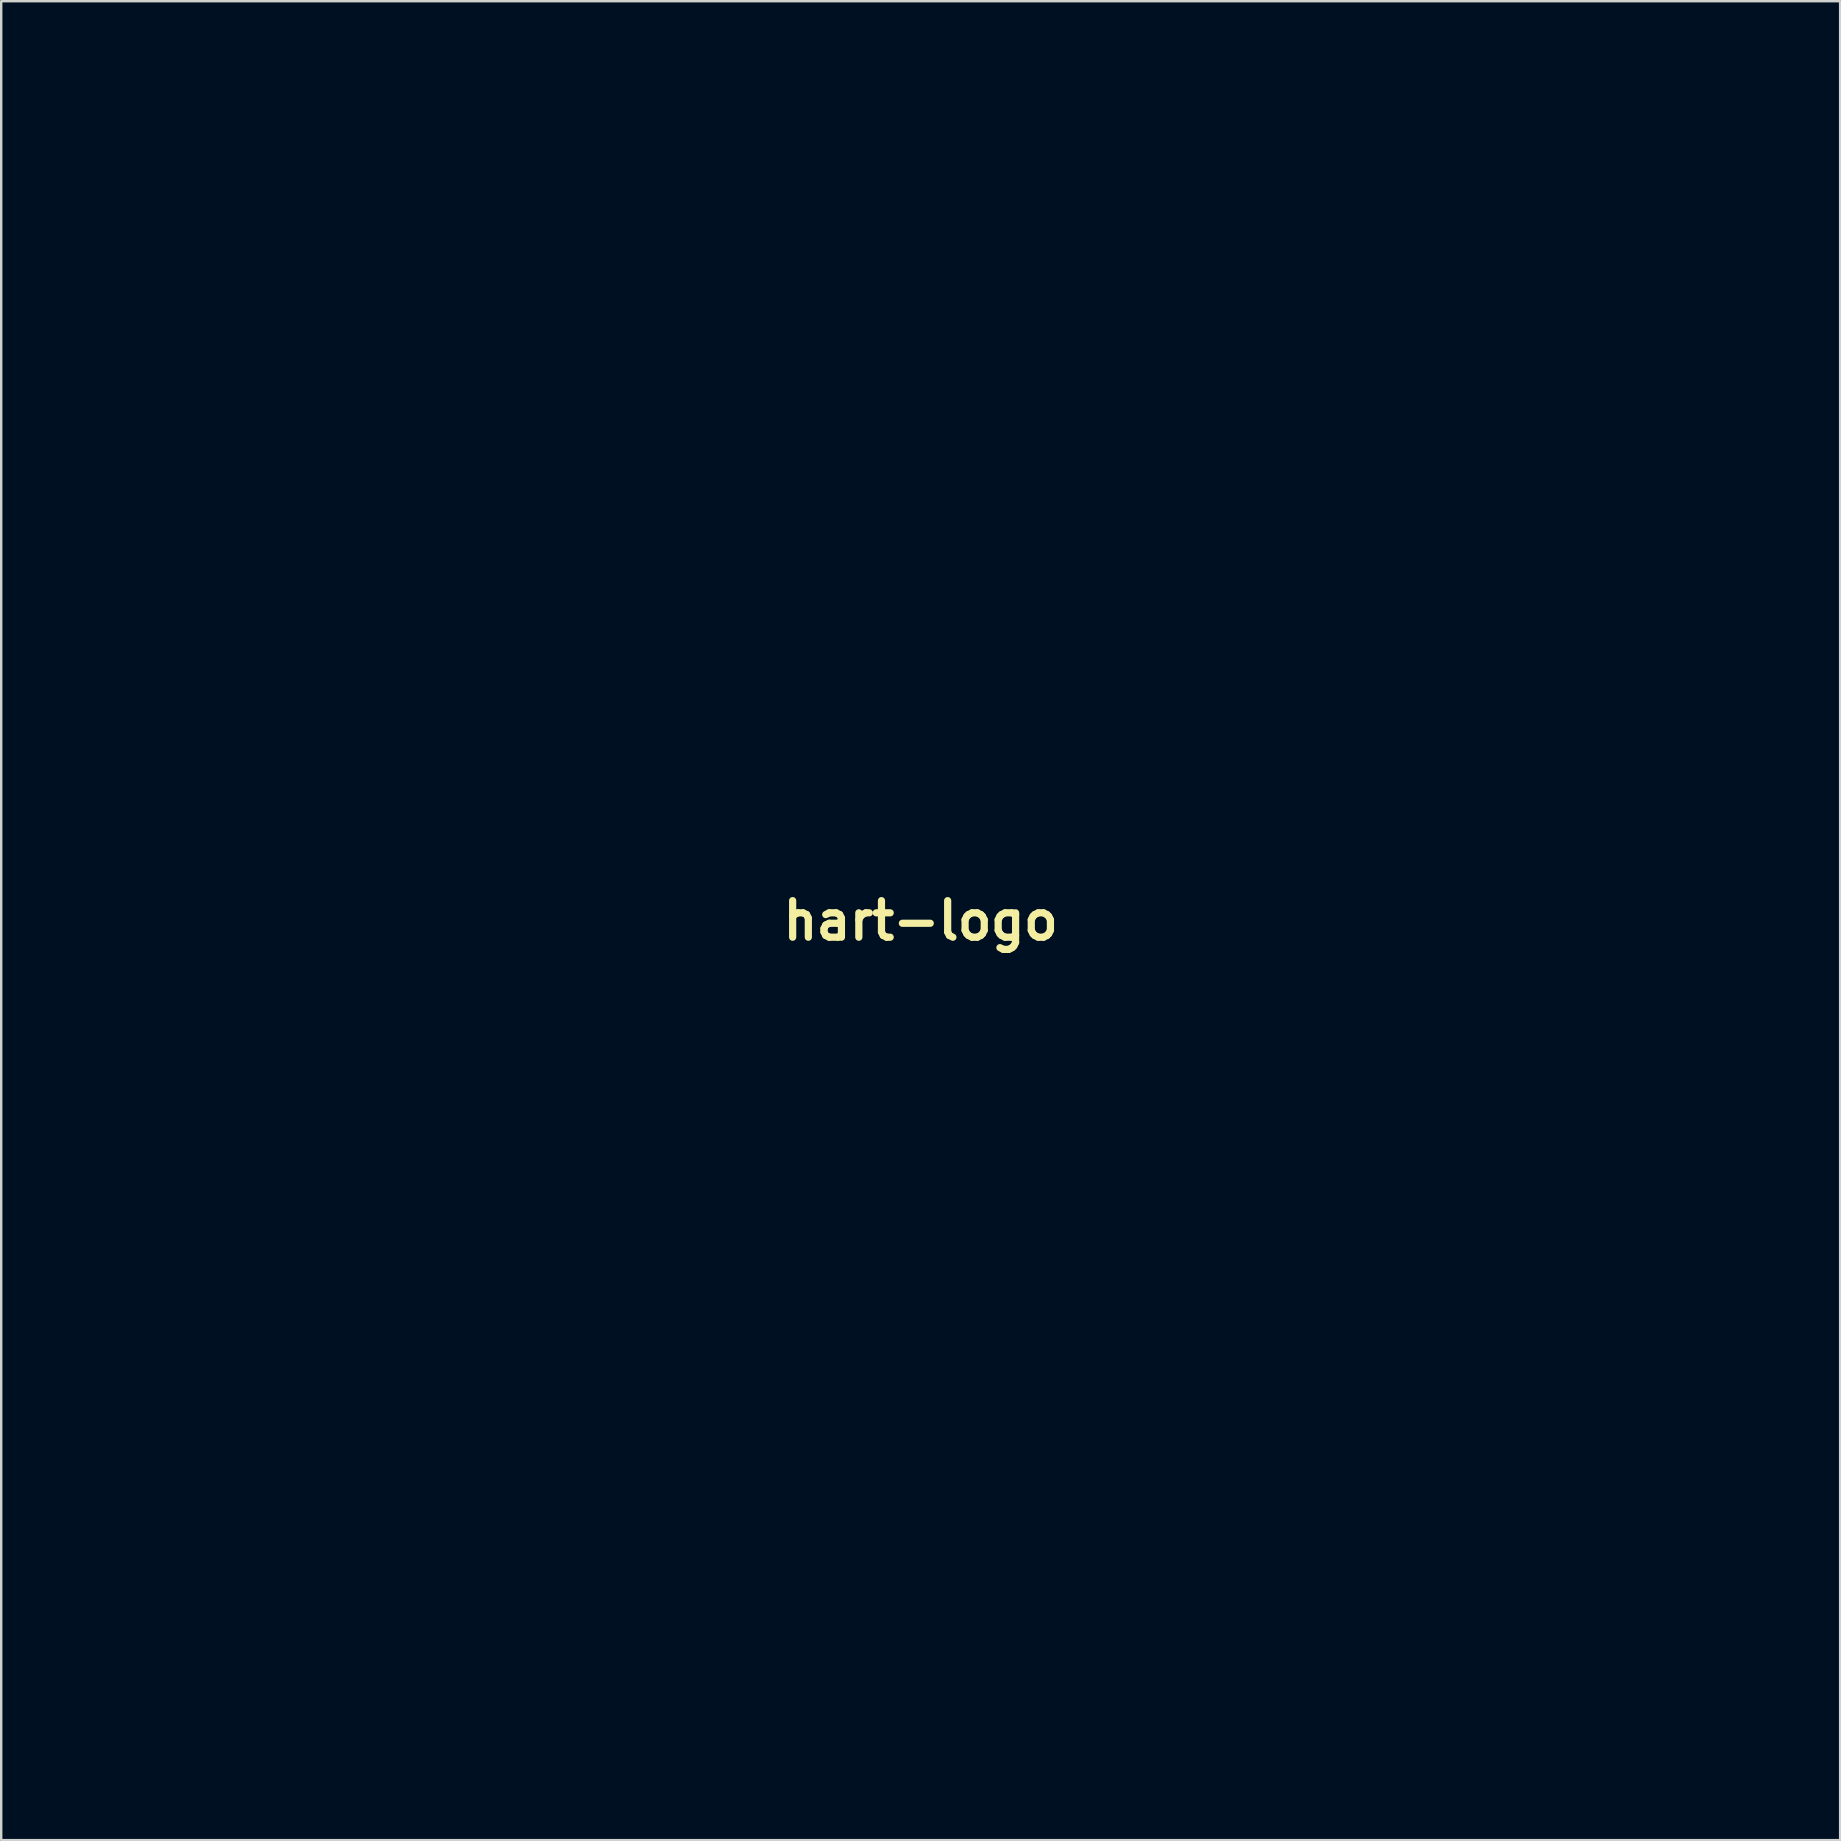
<source format=kicad_pcb>
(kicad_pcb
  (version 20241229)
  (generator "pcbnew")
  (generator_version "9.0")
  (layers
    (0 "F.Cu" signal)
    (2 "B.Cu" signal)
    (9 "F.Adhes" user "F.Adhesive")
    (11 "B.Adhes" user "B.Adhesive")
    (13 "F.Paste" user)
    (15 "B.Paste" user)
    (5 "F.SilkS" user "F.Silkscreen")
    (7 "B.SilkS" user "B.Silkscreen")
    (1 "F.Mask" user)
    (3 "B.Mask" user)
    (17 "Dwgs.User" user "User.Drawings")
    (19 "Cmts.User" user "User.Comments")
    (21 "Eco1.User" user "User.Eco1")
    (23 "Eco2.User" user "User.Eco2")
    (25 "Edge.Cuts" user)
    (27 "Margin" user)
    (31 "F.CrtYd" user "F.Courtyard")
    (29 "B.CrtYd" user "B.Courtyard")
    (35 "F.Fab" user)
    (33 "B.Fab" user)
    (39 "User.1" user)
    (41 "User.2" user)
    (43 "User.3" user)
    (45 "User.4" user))
  (footprint "hart-logo"
    (layer "F.Cu")
    (at 35.311 35.311)
    (property "Reference" "hart-logo" (at 0 0 0) (layer "F.SilkS") (effects (font (size 1.524 1.524) (thickness 0.3))))
    (attr through_hole)
    (fp_poly (pts (xy 35.306 35.306) (xy -35.306 35.306) (xy -35.306 -34.883) (xy -34.883 -34.883) (xy -34.883 34.883) (xy 34.883 34.883) (xy 34.883 -34.883) (xy -34.883 -34.883) (xy -35.306 -34.883) (xy -35.306 -35.306) (xy 35.306 -35.306) (xy 35.306 35.306)) (stroke (width 0.01) (type solid)) (fill no) (layer "Eco2.User"))
    (fp_poly (pts (xy -21.231 -29.763) (xy -21.026 -29.658) (xy -20.754 -29.507) (xy -20.673 -29.461) (xy -19.618 -28.921) (xy -18.422 -28.435) (xy -17.109 -28.009) (xy -15.7 -27.65) (xy -14.219 -27.365) (xy -13.25 -27.225) (xy -12.603 -27.15) (xy -11.907 -27.084) (xy -11.141 -27.025) (xy -10.285 -26.971) (xy -9.317 -26.922) (xy -8.216 -26.876) (xy -7.239 -26.84) (xy -5.541 -26.774) (xy -3.997 -26.695) (xy -2.594 -26.601) (xy -1.316 -26.488) (xy -0.151 -26.355) (xy 0.918 -26.199) (xy 1.903 -26.017) (xy 2.82 -25.807) (xy 3.682 -25.566) (xy 4.505 -25.292) (xy 5.301 -24.982) (xy 6.087 -24.634) (xy 6.562 -24.405) (xy 6.869 -24.244) (xy 7.224 -24.046) (xy 7.597 -23.828) (xy 7.959 -23.61) (xy 8.281 -23.407) (xy 8.533 -23.239) (xy 8.687 -23.124) (xy 8.721 -23.084) (xy 8.646 -23.094) (xy 8.442 -23.147) (xy 8.142 -23.235) (xy 7.833 -23.331) (xy 6.827 -23.63) (xy 5.811 -23.889) (xy 4.77 -24.11) (xy 3.693 -24.292) (xy 2.564 -24.438) (xy 1.372 -24.548) (xy 0.102 -24.622) (xy -1.259 -24.662) (xy -2.723 -24.668) (xy -4.306 -24.641) (xy -6.019 -24.583) (xy -7.876 -24.493) (xy -9.229 -24.415) (xy -10.173 -24.363) (xy -11.138 -24.323) (xy -12.103 -24.293) (xy -13.043 -24.275) (xy -13.936 -24.268) (xy -14.758 -24.273) (xy -15.488 -24.289) (xy -16.101 -24.317) (xy -16.574 -24.357) (xy -16.679 -24.37) (xy -17.257 -24.46) (xy -17.843 -24.566) (xy -18.399 -24.681) (xy -18.885 -24.795) (xy -19.264 -24.902) (xy -19.418 -24.956) (xy -19.635 -25.032) (xy -19.752 -25.033) (xy -19.819 -24.968) (xy -19.865 -24.801) (xy -19.889 -24.512) (xy -19.891 -24.148) (xy -19.873 -23.754) (xy -19.836 -23.378) (xy -19.781 -23.065) (xy -19.772 -23.029) (xy -19.52 -22.318) (xy -19.131 -21.56) (xy -18.623 -20.779) (xy -18.011 -20.002) (xy -17.439 -19.381) (xy -16.801 -18.735) (xy -17.466 -18.034) (xy -18.547 -16.795) (xy -19.462 -15.525) (xy -20.216 -14.22) (xy -20.811 -12.873) (xy -21.251 -11.479) (xy -21.537 -10.032) (xy -21.539 -10.019) (xy -21.591 -9.637) (xy -21.635 -9.275) (xy -21.673 -8.908) (xy -21.705 -8.51) (xy -21.736 -8.058) (xy -21.764 -7.525) (xy -21.794 -6.888) (xy -21.826 -6.119) (xy -21.845 -5.63) (xy -21.889 -4.625) (xy -21.941 -3.762) (xy -22.002 -3.013) (xy -22.079 -2.35) (xy -22.173 -1.746) (xy -22.29 -1.173) (xy -22.432 -0.603) (xy -22.603 -0.009) (xy -22.61 0.015) (xy -22.956 1.021) (xy -23.368 1.978) (xy -23.876 2.954) (xy -24.012 3.192) (xy -24.175 3.484) (xy -24.376 3.859) (xy -24.603 4.293) (xy -24.842 4.76) (xy -25.081 5.234) (xy -25.307 5.689) (xy -25.507 6.1) (xy -25.668 6.441) (xy -25.778 6.686) (xy -25.823 6.81) (xy -25.823 6.815) (xy -25.742 6.825) (xy -25.511 6.835) (xy -25.151 6.843) (xy -24.682 6.85) (xy -24.124 6.855) (xy -23.496 6.858) (xy -23.11 6.858) (xy -20.397 6.858) (xy -20.422 11.663) (xy -20.427 12.798) (xy -20.428 13.776) (xy -20.427 14.608) (xy -20.421 15.306) (xy -20.412 15.883) (xy -20.399 16.35) (xy -20.382 16.718) (xy -20.36 17.001) (xy -20.338 17.187) (xy -20.133 18.287) (xy -19.875 19.234) (xy -19.557 20.036) (xy -19.175 20.704) (xy -18.725 21.246) (xy -18.201 21.671) (xy -17.778 21.908) (xy -17.287 22.121) (xy -16.819 22.277) (xy -16.325 22.384) (xy -15.76 22.453) (xy -15.076 22.494) (xy -15.019 22.497) (xy -14.352 22.51) (xy -13.715 22.495) (xy -13.071 22.448) (xy -12.382 22.365) (xy -11.61 22.242) (xy -10.719 22.075) (xy -10.583 22.048) (xy -8.082 21.467) (xy -5.645 20.73) (xy -3.277 19.84) (xy -0.981 18.8) (xy 1.236 17.611) (xy 3.371 16.276) (xy 5.419 14.797) (xy 5.749 14.538) (xy 6.261 14.111) (xy 6.848 13.587) (xy 7.483 12.992) (xy 8.138 12.353) (xy 8.788 11.697) (xy 9.406 11.051) (xy 9.965 10.44) (xy 10.439 9.893) (xy 10.701 9.567) (xy 11.453 8.594) (xy 8.541 8.54) (xy 7.106 8.502) (xy 5.814 8.443) (xy 4.64 8.359) (xy 3.559 8.247) (xy 2.545 8.105) (xy 1.574 7.928) (xy 0.619 7.713) (xy -0.343 7.458) (xy -0.7 7.355) (xy -1.066 7.229) (xy 26.167 7.229) (xy 26.189 7.498) (xy 26.258 7.749) (xy 26.377 8.036) (xy 26.679 8.543) (xy 27.077 8.966) (xy 27.535 9.269) (xy 27.713 9.344) (xy 27.986 9.41) (xy 28.345 9.458) (xy 28.667 9.476) (xy 29.037 9.467) (xy 29.327 9.415) (xy 29.622 9.303) (xy 29.786 9.224) (xy 30.331 8.872) (xy 30.735 8.431) (xy 30.999 7.895) (xy 31.129 7.257) (xy 31.137 7.154) (xy 31.144 6.745) (xy 31.096 6.409) (xy 30.993 6.081) (xy 30.707 5.546) (xy 30.311 5.114) (xy 29.83 4.792) (xy 29.29 4.585) (xy 28.72 4.5) (xy 28.144 4.542) (xy 27.59 4.717) (xy 27.084 5.031) (xy 26.934 5.165) (xy 26.568 5.589) (xy 26.333 6.042) (xy 26.208 6.574) (xy 26.18 6.867) (xy 26.167 7.229) (xy -1.066 7.229) (xy -2.241 6.826) (xy -3.694 6.183) (xy -5.047 5.433) (xy -6.288 4.584) (xy -7.406 3.643) (xy -8.388 2.618) (xy -8.856 2.035) (xy -9.21 1.516) (xy -9.584 0.884) (xy -9.955 0.186) (xy -10.296 -0.526) (xy -10.582 -1.206) (xy -10.748 -1.668) (xy -11.062 -2.815) (xy -11.291 -4.026) (xy -11.434 -5.265) (xy -11.459 -5.842) (xy -8.161 -5.842) (xy -8.159 -5.269) (xy -8.151 -4.828) (xy -8.134 -4.482) (xy -8.103 -4.192) (xy -8.055 -3.921) (xy -7.987 -3.633) (xy -7.933 -3.429) (xy -7.572 -2.368) (xy -7.071 -1.306) (xy -6.451 -0.279) (xy -5.736 0.674) (xy -4.95 1.514) (xy -4.929 1.533) (xy -3.746 2.533) (xy -2.473 3.391) (xy -1.107 4.107) (xy 0.35 4.682) (xy 1.902 5.117) (xy 3.291 5.375) (xy 3.75 5.439) (xy 4.19 5.493) (xy 4.633 5.537) (xy 5.099 5.572) (xy 5.611 5.6) (xy 6.188 5.622) (xy 6.852 5.638) (xy 7.624 5.649) (xy 8.525 5.656) (xy 9.49 5.661) (xy 13.01 5.673) (xy 13.28 4.805) (xy 13.456 4.216) (xy 13.59 3.692) (xy 13.689 3.191) (xy 13.761 2.671) (xy 13.81 2.089) (xy 13.844 1.404) (xy 13.859 0.967) (xy 13.859 -0.621) (xy 13.76 -2.108) (xy 13.557 -3.533) (xy 13.244 -4.936) (xy 12.872 -6.188) (xy 12.307 -7.686) (xy 11.645 -9.052) (xy 10.887 -10.284) (xy 10.035 -11.379) (xy 9.092 -12.336) (xy 8.059 -13.153) (xy 6.937 -13.828) (xy 5.731 -14.359) (xy 4.44 -14.743) (xy 4.233 -14.79) (xy 3.736 -14.867) (xy 3.113 -14.92) (xy 2.406 -14.948) (xy 1.655 -14.953) (xy 0.902 -14.934) (xy 0.189 -14.891) (xy -0.442 -14.826) (xy -0.909 -14.747) (xy -2.185 -14.403) (xy -3.335 -13.949) (xy -4.361 -13.381) (xy -5.268 -12.695) (xy -6.06 -11.887) (xy -6.741 -10.953) (xy -7.315 -9.891) (xy -7.785 -8.695) (xy -7.983 -8.046) (xy -8.049 -7.785) (xy -8.097 -7.525) (xy -8.129 -7.232) (xy -8.149 -6.871) (xy -8.159 -6.408) (xy -8.161 -5.842) (xy -11.459 -5.842) (xy -11.488 -6.494) (xy -11.45 -7.675) (xy -11.318 -8.773) (xy -11.225 -9.24) (xy -10.845 -10.534) (xy -10.312 -11.776) (xy -9.637 -12.954) (xy -8.832 -14.058) (xy -7.907 -15.078) (xy -6.874 -16.002) (xy -5.745 -16.82) (xy -4.53 -17.52) (xy -3.24 -18.093) (xy -1.888 -18.527) (xy -1.45 -18.633) (xy -0.99 -18.716) (xy -0.405 -18.789) (xy 0.262 -18.85) (xy 0.966 -18.897) (xy 1.664 -18.926) (xy 2.312 -18.935) (xy 2.865 -18.92) (xy 2.921 -18.917) (xy 4.521 -18.736) (xy 6.054 -18.4) (xy 7.519 -17.912) (xy 8.911 -17.272) (xy 10.227 -16.48) (xy 10.687 -16.155) (xy 11.151 -15.787) (xy 11.681 -15.324) (xy 12.237 -14.804) (xy 12.779 -14.266) (xy 13.267 -13.748) (xy 13.624 -13.335) (xy 14.669 -11.921) (xy 15.589 -10.398) (xy 16.383 -8.772) (xy 17.045 -7.053) (xy 17.573 -5.248) (xy 17.965 -3.367) (xy 18.209 -1.494) (xy 18.247 -0.928) (xy 18.268 -0.247) (xy 18.273 0.509) (xy 18.263 1.3) (xy 18.24 2.088) (xy 18.203 2.832) (xy 18.154 3.492) (xy 18.093 4.03) (xy 18.082 4.106) (xy 18.019 4.513) (xy 17.959 4.898) (xy 17.912 5.204) (xy 17.896 5.313) (xy 17.842 5.673) (xy 23.511 5.673) (xy 23.617 5.313) (xy 23.882 4.665) (xy 24.28 4.015) (xy 24.782 3.4) (xy 25.355 2.855) (xy 25.969 2.417) (xy 26.247 2.266) (xy 26.979 1.958) (xy 27.688 1.776) (xy 28.437 1.708) (xy 28.914 1.714) (xy 29.859 1.835) (xy 30.732 2.109) (xy 31.536 2.537) (xy 32.272 3.12) (xy 32.592 3.444) (xy 33.154 4.181) (xy 33.571 4.998) (xy 33.838 5.883) (xy 33.948 6.82) (xy 33.951 7.001) (xy 33.881 7.931) (xy 33.664 8.782) (xy 33.297 9.569) (xy 32.771 10.305) (xy 32.393 10.714) (xy 31.675 11.338) (xy 30.931 11.799) (xy 30.143 12.108) (xy 29.291 12.271) (xy 28.66 12.303) (xy 27.757 12.237) (xy 26.934 12.035) (xy 26.17 11.688) (xy 25.446 11.187) (xy 24.89 10.679) (xy 24.545 10.318) (xy 24.293 10.018) (xy 24.097 9.729) (xy 23.922 9.401) (xy 23.832 9.208) (xy 23.495 8.468) (xy 20.185 8.467) (xy 16.876 8.467) (xy 16.367 9.505) (xy 15.69 10.751) (xy 14.876 12.005) (xy 13.917 13.275) (xy 12.808 14.57) (xy 11.541 15.9) (xy 11.519 15.921) (xy 9.881 17.469) (xy 8.144 18.941) (xy 6.323 20.329) (xy 4.433 21.626) (xy 2.487 22.826) (xy 0.499 23.92) (xy -1.516 24.902) (xy -3.545 25.764) (xy -5.572 26.499) (xy -7.585 27.101) (xy -9.569 27.561) (xy -11.51 27.873) (xy -12.095 27.938) (xy -12.66 27.979) (xy -13.326 28.003) (xy -14.039 28.011) (xy -14.747 28.003) (xy -15.399 27.978) (xy -15.941 27.937) (xy -16.002 27.93) (xy -17.499 27.691) (xy -18.892 27.323) (xy -20.194 26.821) (xy -21.415 26.181) (xy -22.569 25.399) (xy -22.862 25.169) (xy -23.618 24.458) (xy -24.267 23.629) (xy -24.812 22.677) (xy -25.255 21.597) (xy -25.6 20.383) (xy -25.691 19.958) (xy -25.807 19.334) (xy -25.898 18.73) (xy -25.968 18.114) (xy -26.019 17.456) (xy -26.052 16.725) (xy -26.071 15.889) (xy -26.077 14.918) (xy -26.077 14.811) (xy -26.077 12.549) (xy -26.776 12.551) (xy -27.196 12.533) (xy -27.636 12.485) (xy -28.003 12.417) (xy -28.015 12.414) (xy -28.825 12.121) (xy -29.578 11.685) (xy -30.252 11.127) (xy -30.828 10.468) (xy -31.283 9.73) (xy -31.596 8.933) (xy -31.624 8.83) (xy -31.705 8.371) (xy -31.743 7.827) (xy -31.737 7.27) (xy -31.687 6.775) (xy -31.656 6.62) (xy -31.538 6.25) (xy -31.332 5.757) (xy -31.048 5.158) (xy -30.694 4.471) (xy -30.278 3.713) (xy -29.809 2.9) (xy -29.746 2.794) (xy -29.294 2.029) (xy -28.92 1.385) (xy -28.613 0.841) (xy -28.36 0.374) (xy -28.15 -0.037) (xy -27.972 -0.415) (xy -27.813 -0.781) (xy -27.702 -1.058) (xy -27.559 -1.429) (xy -27.445 -1.754) (xy -27.353 -2.062) (xy -27.278 -2.381) (xy -27.214 -2.741) (xy -27.157 -3.17) (xy -27.101 -3.698) (xy -27.039 -4.352) (xy -27.008 -4.699) (xy -26.949 -5.348) (xy -26.886 -6.025) (xy -26.822 -6.684) (xy -26.763 -7.276) (xy -26.713 -7.757) (xy -26.704 -7.832) (xy -26.522 -9.215) (xy -26.288 -10.497) (xy -25.992 -11.705) (xy -25.623 -12.868) (xy -25.171 -14.015) (xy -24.625 -15.174) (xy -23.974 -16.374) (xy -23.208 -17.643) (xy -22.887 -18.147) (xy -22.348 -18.979) (xy -22.642 -19.463) (xy -23.02 -20.189) (xy -23.338 -21.007) (xy -23.567 -21.842) (xy -23.584 -21.924) (xy -23.668 -22.54) (xy -23.702 -23.259) (xy -23.686 -24.023) (xy -23.625 -24.774) (xy -23.519 -25.454) (xy -23.43 -25.823) (xy -23.078 -26.869) (xy -22.65 -27.837) (xy -22.329 -28.418) (xy -22.074 -28.825) (xy -21.83 -29.191) (xy -21.615 -29.493) (xy -21.445 -29.704) (xy -21.341 -29.8) (xy -21.329 -29.803) (xy -21.231 -29.763)) (stroke (width 0.01) (type solid)) (fill no) (layer "Eco2.User")))
  (gr_rect
    (start -3 -3)
    (end 73.622 73.622)
    (stroke (width 0.1) (type default))
    (fill no)
    (layer "Edge.Cuts")))
</source>
